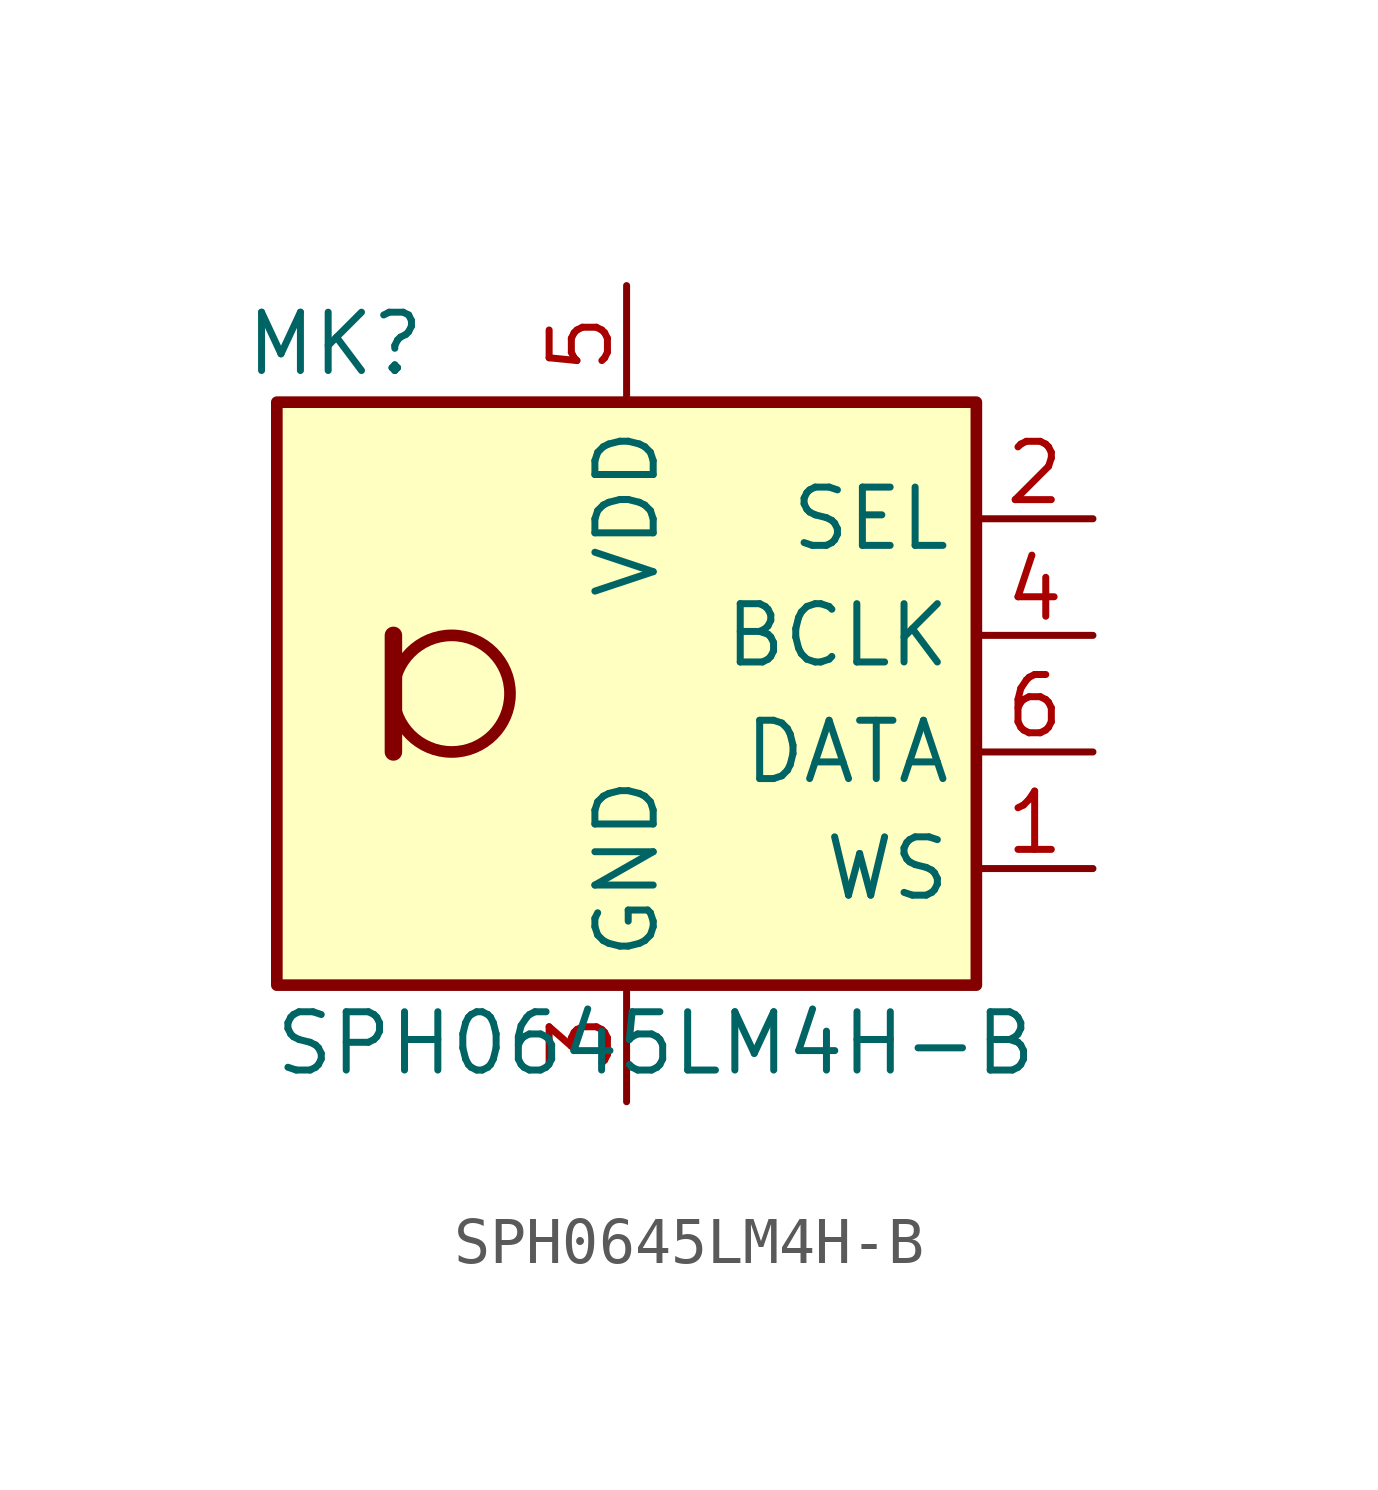
<source format=kicad_sym>
(kicad_symbol_lib
  (version 20220914)
  (generator kicad_symbol_editor)
  (symbol "SPH0645LM4H-B"
    (property "Reference" "MK"
      (at -6.35 7.62 0)
      (effects (font (size 1.27 1.27))))
    (property "Value" "SPH0645LM4H-B"
      (at 0.635 -7.62 0)
      (effects (font (size 1.27 1.27))))
    (symbol "SPH0645LM4H-B_1_1"
      (rectangle (start -7.62 6.35) (end 7.62 -6.35) (stroke (width 0.254) (type default)) (fill (type background)))
      (circle (center -3.81 0) (radius 1.27) (stroke (width 0.254) (type default)) (fill (type none)))
      (polyline (pts (xy -5.08 1.27) (xy -5.08 -1.27)) (stroke (width 0.381) (type default)) (fill (type none)))
      (pin output line (at 10.16 -3.81 180) (length 2.54) (name "WS" (effects (font (size 1.27 1.27)))) (number "1" (effects (font (size 1.27 1.27)))))
      (pin input line (at 10.16 3.81 180) (length 2.54) (name "SEL" (effects (font (size 1.27 1.27)))) (number "2" (effects (font (size 1.27 1.27)))))
      (pin power_in line (at 0 -8.89 90) (length 2.54) (name "GND" (effects (font (size 1.27 1.27)))) (number "3" (effects (font (size 1.27 1.27)))))
      (pin input line (at 10.16 1.27 180) (length 2.54) (name "BCLK" (effects (font (size 1.27 1.27)))) (number "4" (effects (font (size 1.27 1.27)))))
      (pin power_in line (at 0 8.89 270) (length 2.54) (name "VDD" (effects (font (size 1.27 1.27)))) (number "5" (effects (font (size 1.27 1.27)))))
      (pin output line (at 10.16 -1.27 180) (length 2.54) (name "DATA" (effects (font (size 1.27 1.27)))) (number "6" (effects (font (size 1.27 1.27))))))))
</source>
